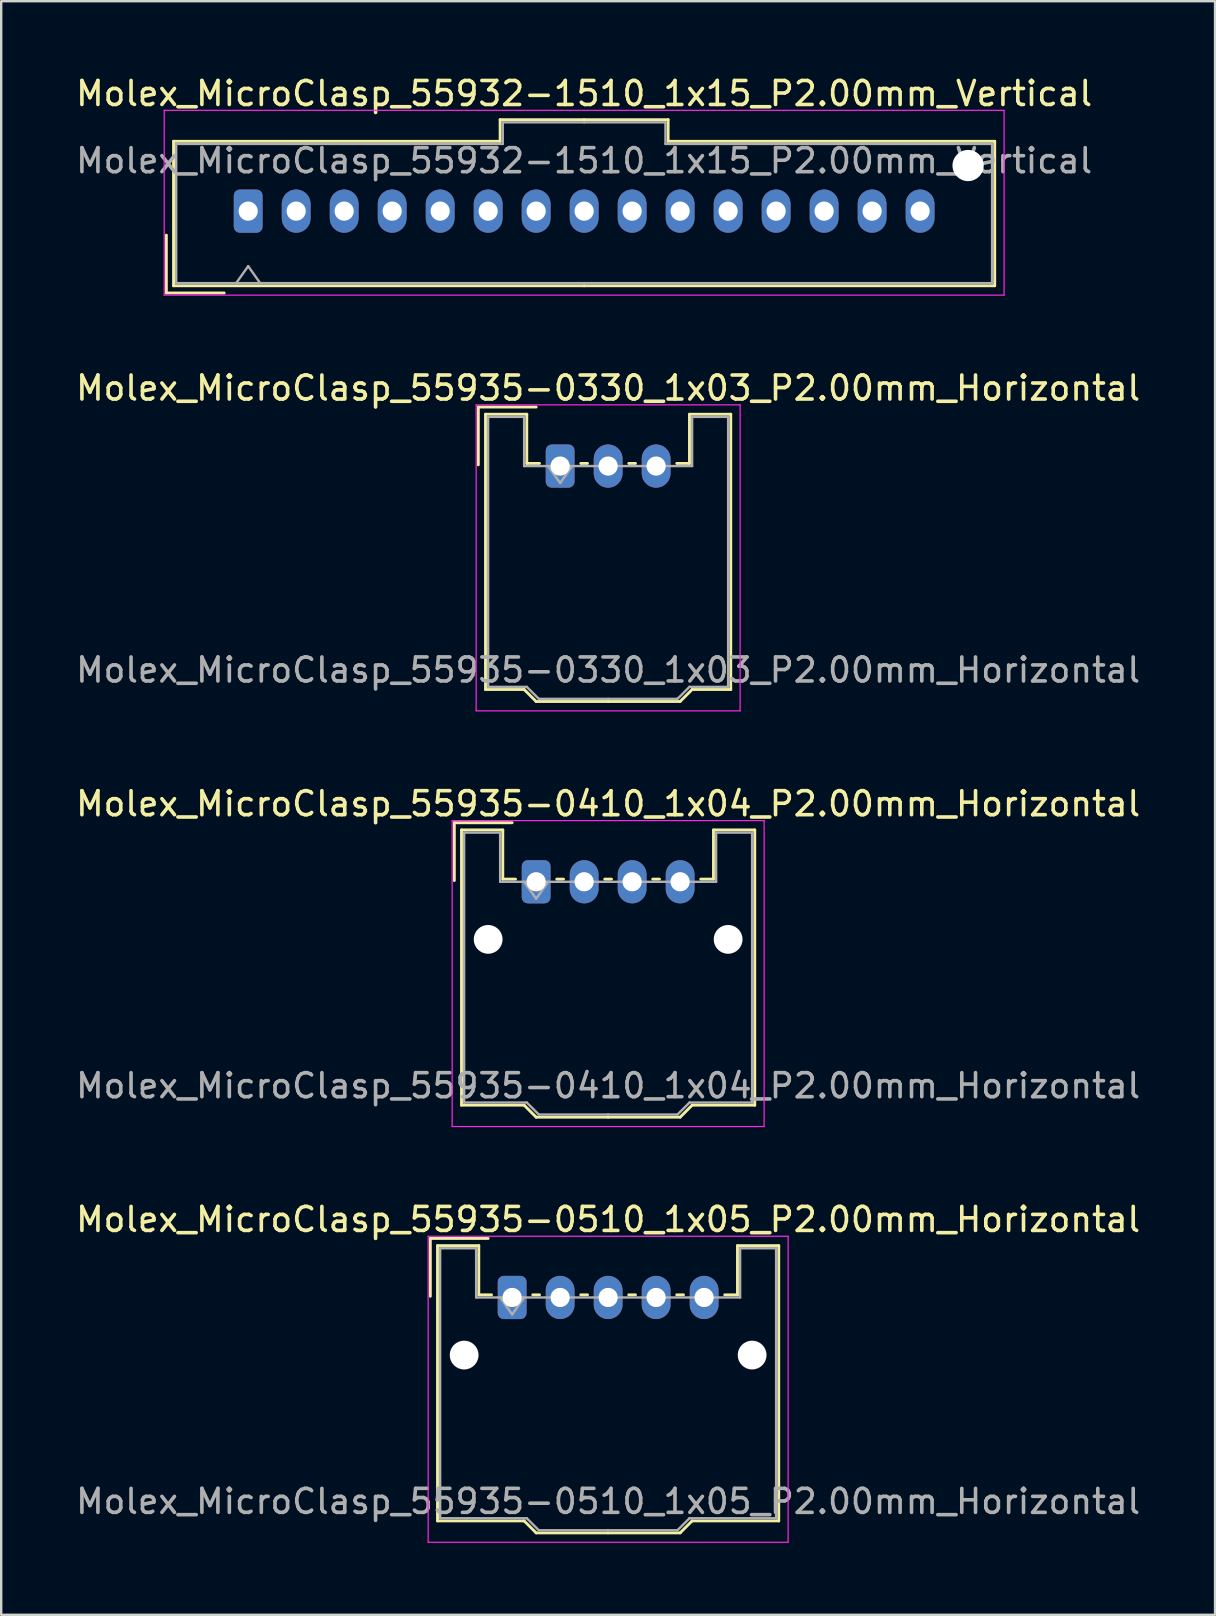
<source format=kicad_pcb>
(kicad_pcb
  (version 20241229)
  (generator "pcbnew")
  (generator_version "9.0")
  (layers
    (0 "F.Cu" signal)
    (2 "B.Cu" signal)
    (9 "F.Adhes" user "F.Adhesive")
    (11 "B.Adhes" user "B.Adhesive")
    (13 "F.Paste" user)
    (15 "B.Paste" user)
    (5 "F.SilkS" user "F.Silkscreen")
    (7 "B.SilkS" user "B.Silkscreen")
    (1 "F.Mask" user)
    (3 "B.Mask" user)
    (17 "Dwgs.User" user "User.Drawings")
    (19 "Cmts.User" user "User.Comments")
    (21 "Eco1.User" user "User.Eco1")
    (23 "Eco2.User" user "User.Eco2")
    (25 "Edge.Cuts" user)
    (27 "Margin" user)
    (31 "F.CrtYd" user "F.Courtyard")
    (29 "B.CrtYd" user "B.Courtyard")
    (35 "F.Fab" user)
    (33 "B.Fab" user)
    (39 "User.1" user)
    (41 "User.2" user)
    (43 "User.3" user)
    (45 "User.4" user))
  (footprint "Molex_MicroClasp_55935-0330_1x03_P2.00mm_Horizontal"
    (layer "F.Cu")
    (at 20.292 16.372)
    (property "Reference" "Molex_MicroClasp_55935-0330_1x03_P2.00mm_Horizontal" (at 2 -3.25 0) (layer "F.SilkS") (effects (font (size 1 1) (thickness 0.15))))
    (attr through_hole)
    (fp_line (start -3.41 -2.46) (end -1 -2.46) (stroke (width 0.12) (type solid)) (layer "F.SilkS"))
    (fp_line (start -3.41 -0.05) (end -3.41 -2.46) (stroke (width 0.12) (type solid)) (layer "F.SilkS"))
    (fp_line (start -3.11 -2.16) (end -1.39 -2.16) (stroke (width 0.12) (type solid)) (layer "F.SilkS"))
    (fp_line (start -3.11 9.31) (end -3.11 -2.16) (stroke (width 0.12) (type solid)) (layer "F.SilkS"))
    (fp_line (start -1.5 9.31) (end -3.11 9.31) (stroke (width 0.12) (type solid)) (layer "F.SilkS"))
    (fp_line (start -1.39 -2.16) (end -1.39 -0.11) (stroke (width 0.12) (type solid)) (layer "F.SilkS"))
    (fp_line (start -1.39 -0.11) (end -0.86 -0.11) (stroke (width 0.12) (type solid)) (layer "F.SilkS"))
    (fp_line (start -1 9.81) (end -1.5 9.31) (stroke (width 0.12) (type solid)) (layer "F.SilkS"))
    (fp_line (start 0.86 -0.11) (end 1.14 -0.11) (stroke (width 0.12) (type solid)) (layer "F.SilkS"))
    (fp_line (start 2 9.81) (end -1 9.81) (stroke (width 0.12) (type solid)) (layer "F.SilkS"))
    (fp_line (start 2 9.81) (end 5 9.81) (stroke (width 0.12) (type solid)) (layer "F.SilkS"))
    (fp_line (start 2.86 -0.11) (end 3.14 -0.11) (stroke (width 0.12) (type solid)) (layer "F.SilkS"))
    (fp_line (start 5 9.81) (end 5.5 9.31) (stroke (width 0.12) (type solid)) (layer "F.SilkS"))
    (fp_line (start 5.39 -2.16) (end 5.39 -0.11) (stroke (width 0.12) (type solid)) (layer "F.SilkS"))
    (fp_line (start 5.39 -0.11) (end 4.86 -0.11) (stroke (width 0.12) (type solid)) (layer "F.SilkS"))
    (fp_line (start 5.5 9.31) (end 7.11 9.31) (stroke (width 0.12) (type solid)) (layer "F.SilkS"))
    (fp_line (start 7.11 -2.16) (end 5.39 -2.16) (stroke (width 0.12) (type solid)) (layer "F.SilkS"))
    (fp_line (start 7.11 9.31) (end 7.11 -2.16) (stroke (width 0.12) (type solid)) (layer "F.SilkS"))
    (fp_line (start -3.5 -2.55) (end -3.5 10.2) (stroke (width 0.05) (type solid)) (layer "F.CrtYd"))
    (fp_line (start -3.5 10.2) (end 7.5 10.2) (stroke (width 0.05) (type solid)) (layer "F.CrtYd"))
    (fp_line (start 7.5 -2.55) (end -3.5 -2.55) (stroke (width 0.05) (type solid)) (layer "F.CrtYd"))
    (fp_line (start 7.5 10.2) (end 7.5 -2.55) (stroke (width 0.05) (type solid)) (layer "F.CrtYd"))
    (fp_line (start -3 -2.05) (end -1.5 -2.05) (stroke (width 0.1) (type solid)) (layer "F.Fab"))
    (fp_line (start -3 9.2) (end -3 -2.05) (stroke (width 0.1) (type solid)) (layer "F.Fab"))
    (fp_line (start -1.5 -2.05) (end -1.5 0) (stroke (width 0.1) (type solid)) (layer "F.Fab"))
    (fp_line (start -1.5 0) (end 2 0) (stroke (width 0.1) (type solid)) (layer "F.Fab"))
    (fp_line (start -1.39 9.2) (end -3 9.2) (stroke (width 0.1) (type solid)) (layer "F.Fab"))
    (fp_line (start -0.89 9.7) (end -1.39 9.2) (stroke (width 0.1) (type solid)) (layer "F.Fab"))
    (fp_line (start -0.5 0) (end 0 0.707) (stroke (width 0.1) (type solid)) (layer "F.Fab"))
    (fp_line (start 0 0.707) (end 0.5 0) (stroke (width 0.1) (type solid)) (layer "F.Fab"))
    (fp_line (start 2 9.7) (end -0.89 9.7) (stroke (width 0.1) (type solid)) (layer "F.Fab"))
    (fp_line (start 2 9.7) (end 4.89 9.7) (stroke (width 0.1) (type solid)) (layer "F.Fab"))
    (fp_line (start 4.89 9.7) (end 5.39 9.2) (stroke (width 0.1) (type solid)) (layer "F.Fab"))
    (fp_line (start 5.39 9.2) (end 7 9.2) (stroke (width 0.1) (type solid)) (layer "F.Fab"))
    (fp_line (start 5.5 -2.05) (end 5.5 0) (stroke (width 0.1) (type solid)) (layer "F.Fab"))
    (fp_line (start 5.5 0) (end 2 0) (stroke (width 0.1) (type solid)) (layer "F.Fab"))
    (fp_line (start 7 -2.05) (end 5.5 -2.05) (stroke (width 0.1) (type solid)) (layer "F.Fab"))
    (fp_line (start 7 9.2) (end 7 -2.05) (stroke (width 0.1) (type solid)) (layer "F.Fab"))
    (fp_text user "${REFERENCE}" (at 2 8.5 0) (layer "F.Fab") (effects (font (size 1 1) (thickness 0.15))))
    (pad "1" thru_hole roundrect (at 0 0) (size 1.2 1.8) (drill 0.8) (layers "*.Cu" "*.Mask") (roundrect_rratio 0.208))
    (pad "2" thru_hole oval (at 2 0) (size 1.2 1.8) (drill 0.8) (layers "*.Cu" "*.Mask"))
    (pad "3" thru_hole oval (at 4 0) (size 1.2 1.8) (drill 0.8) (layers "*.Cu" "*.Mask")))
  (footprint "Molex_MicroClasp_55932-1510_1x15_P2.00mm_Vertical"
    (layer "F.Cu")
    (at 7.292 5.748)
    (property "Reference" "Molex_MicroClasp_55932-1510_1x15_P2.00mm_Vertical" (at 14 -4.9 0) (layer "F.SilkS") (effects (font (size 1 1) (thickness 0.15))))
    (attr through_hole)
    (fp_line (start -3.41 1) (end -3.41 3.41) (stroke (width 0.12) (type solid)) (layer "F.SilkS"))
    (fp_line (start -3.41 3.41) (end -1 3.41) (stroke (width 0.12) (type solid)) (layer "F.SilkS"))
    (fp_line (start -3.11 -2.91) (end -3.11 3.11) (stroke (width 0.12) (type solid)) (layer "F.SilkS"))
    (fp_line (start -3.11 3.11) (end 14 3.11) (stroke (width 0.12) (type solid)) (layer "F.SilkS"))
    (fp_line (start 10.5 -3.81) (end 10.5 -2.91) (stroke (width 0.12) (type solid)) (layer "F.SilkS"))
    (fp_line (start 10.5 -2.91) (end -3.11 -2.91) (stroke (width 0.12) (type solid)) (layer "F.SilkS"))
    (fp_line (start 14 -3.81) (end 10.5 -3.81) (stroke (width 0.12) (type solid)) (layer "F.SilkS"))
    (fp_line (start 14 -3.81) (end 17.5 -3.81) (stroke (width 0.12) (type solid)) (layer "F.SilkS"))
    (fp_line (start 17.5 -3.81) (end 17.5 -2.91) (stroke (width 0.12) (type solid)) (layer "F.SilkS"))
    (fp_line (start 17.5 -2.91) (end 31.11 -2.91) (stroke (width 0.12) (type solid)) (layer "F.SilkS"))
    (fp_line (start 31.11 -2.91) (end 31.11 3.11) (stroke (width 0.12) (type solid)) (layer "F.SilkS"))
    (fp_line (start 31.11 3.11) (end 14 3.11) (stroke (width 0.12) (type solid)) (layer "F.SilkS"))
    (fp_line (start -3.5 -4.2) (end -3.5 3.5) (stroke (width 0.05) (type solid)) (layer "F.CrtYd"))
    (fp_line (start -3.5 3.5) (end 31.5 3.5) (stroke (width 0.05) (type solid)) (layer "F.CrtYd"))
    (fp_line (start 31.5 -4.2) (end -3.5 -4.2) (stroke (width 0.05) (type solid)) (layer "F.CrtYd"))
    (fp_line (start 31.5 3.5) (end 31.5 -4.2) (stroke (width 0.05) (type solid)) (layer "F.CrtYd"))
    (fp_line (start -3 -2.8) (end -3 3) (stroke (width 0.1) (type solid)) (layer "F.Fab"))
    (fp_line (start -3 3) (end 14 3) (stroke (width 0.1) (type solid)) (layer "F.Fab"))
    (fp_line (start -0.5 3) (end 0 2.293) (stroke (width 0.1) (type solid)) (layer "F.Fab"))
    (fp_line (start 0 2.293) (end 0.5 3) (stroke (width 0.1) (type solid)) (layer "F.Fab"))
    (fp_line (start 10.61 -3.7) (end 10.61 -2.8) (stroke (width 0.1) (type solid)) (layer "F.Fab"))
    (fp_line (start 10.61 -2.8) (end -3 -2.8) (stroke (width 0.1) (type solid)) (layer "F.Fab"))
    (fp_line (start 14 -3.7) (end 10.61 -3.7) (stroke (width 0.1) (type solid)) (layer "F.Fab"))
    (fp_line (start 14 -3.7) (end 17.39 -3.7) (stroke (width 0.1) (type solid)) (layer "F.Fab"))
    (fp_line (start 17.39 -3.7) (end 17.39 -2.8) (stroke (width 0.1) (type solid)) (layer "F.Fab"))
    (fp_line (start 17.39 -2.8) (end 31 -2.8) (stroke (width 0.1) (type solid)) (layer "F.Fab"))
    (fp_line (start 31 -2.8) (end 31 3) (stroke (width 0.1) (type solid)) (layer "F.Fab"))
    (fp_line (start 31 3) (end 14 3) (stroke (width 0.1) (type solid)) (layer "F.Fab"))
    (fp_text user "${REFERENCE}" (at 14 -2.1 0) (layer "F.Fab") (effects (font (size 1 1) (thickness 0.15))))
    (pad "" np_thru_hole circle (at 30 -1.9) (size 1.3 1.3) (drill 1.3) (layers "*.Cu" "*.Mask"))
    (pad "1" thru_hole roundrect (at 0 0) (size 1.2 1.8) (drill 0.8) (layers "*.Cu" "*.Mask") (roundrect_rratio 0.208))
    (pad "2" thru_hole oval (at 2 0) (size 1.2 1.8) (drill 0.8) (layers "*.Cu" "*.Mask"))
    (pad "3" thru_hole oval (at 4 0) (size 1.2 1.8) (drill 0.8) (layers "*.Cu" "*.Mask"))
    (pad "4" thru_hole oval (at 6 0) (size 1.2 1.8) (drill 0.8) (layers "*.Cu" "*.Mask"))
    (pad "5" thru_hole oval (at 8 0) (size 1.2 1.8) (drill 0.8) (layers "*.Cu" "*.Mask"))
    (pad "6" thru_hole oval (at 10 0) (size 1.2 1.8) (drill 0.8) (layers "*.Cu" "*.Mask"))
    (pad "7" thru_hole oval (at 12 0) (size 1.2 1.8) (drill 0.8) (layers "*.Cu" "*.Mask"))
    (pad "8" thru_hole oval (at 14 0) (size 1.2 1.8) (drill 0.8) (layers "*.Cu" "*.Mask"))
    (pad "9" thru_hole oval (at 16 0) (size 1.2 1.8) (drill 0.8) (layers "*.Cu" "*.Mask"))
    (pad "10" thru_hole oval (at 18 0) (size 1.2 1.8) (drill 0.8) (layers "*.Cu" "*.Mask"))
    (pad "11" thru_hole oval (at 20 0) (size 1.2 1.8) (drill 0.8) (layers "*.Cu" "*.Mask"))
    (pad "12" thru_hole oval (at 22 0) (size 1.2 1.8) (drill 0.8) (layers "*.Cu" "*.Mask"))
    (pad "13" thru_hole oval (at 24 0) (size 1.2 1.8) (drill 0.8) (layers "*.Cu" "*.Mask"))
    (pad "14" thru_hole oval (at 26 0) (size 1.2 1.8) (drill 0.8) (layers "*.Cu" "*.Mask"))
    (pad "15" thru_hole oval (at 28 0) (size 1.2 1.8) (drill 0.8) (layers "*.Cu" "*.Mask")))
  (footprint "Molex_MicroClasp_55935-0410_1x04_P2.00mm_Horizontal"
    (layer "F.Cu")
    (at 19.292 33.695)
    (property "Reference" "Molex_MicroClasp_55935-0410_1x04_P2.00mm_Horizontal" (at 3 -3.25 0) (layer "F.SilkS") (effects (font (size 1 1) (thickness 0.15))))
    (attr through_hole)
    (fp_line (start -3.41 -2.46) (end -1 -2.46) (stroke (width 0.12) (type solid)) (layer "F.SilkS"))
    (fp_line (start -3.41 -0.05) (end -3.41 -2.46) (stroke (width 0.12) (type solid)) (layer "F.SilkS"))
    (fp_line (start -3.11 -2.16) (end -1.39 -2.16) (stroke (width 0.12) (type solid)) (layer "F.SilkS"))
    (fp_line (start -3.11 9.31) (end -3.11 -2.16) (stroke (width 0.12) (type solid)) (layer "F.SilkS"))
    (fp_line (start -1.39 -2.16) (end -1.39 -0.11) (stroke (width 0.12) (type solid)) (layer "F.SilkS"))
    (fp_line (start -1.39 -0.11) (end -0.86 -0.11) (stroke (width 0.12) (type solid)) (layer "F.SilkS"))
    (fp_line (start -0.5 9.31) (end -3.11 9.31) (stroke (width 0.12) (type solid)) (layer "F.SilkS"))
    (fp_line (start 0 9.81) (end -0.5 9.31) (stroke (width 0.12) (type solid)) (layer "F.SilkS"))
    (fp_line (start 0.86 -0.11) (end 1.14 -0.11) (stroke (width 0.12) (type solid)) (layer "F.SilkS"))
    (fp_line (start 2.86 -0.11) (end 3.14 -0.11) (stroke (width 0.12) (type solid)) (layer "F.SilkS"))
    (fp_line (start 3 9.81) (end 0 9.81) (stroke (width 0.12) (type solid)) (layer "F.SilkS"))
    (fp_line (start 3 9.81) (end 6 9.81) (stroke (width 0.12) (type solid)) (layer "F.SilkS"))
    (fp_line (start 4.86 -0.11) (end 5.14 -0.11) (stroke (width 0.12) (type solid)) (layer "F.SilkS"))
    (fp_line (start 6 9.81) (end 6.5 9.31) (stroke (width 0.12) (type solid)) (layer "F.SilkS"))
    (fp_line (start 6.5 9.31) (end 9.11 9.31) (stroke (width 0.12) (type solid)) (layer "F.SilkS"))
    (fp_line (start 7.39 -2.16) (end 7.39 -0.11) (stroke (width 0.12) (type solid)) (layer "F.SilkS"))
    (fp_line (start 7.39 -0.11) (end 6.86 -0.11) (stroke (width 0.12) (type solid)) (layer "F.SilkS"))
    (fp_line (start 9.11 -2.16) (end 7.39 -2.16) (stroke (width 0.12) (type solid)) (layer "F.SilkS"))
    (fp_line (start 9.11 9.31) (end 9.11 -2.16) (stroke (width 0.12) (type solid)) (layer "F.SilkS"))
    (fp_line (start -3.5 -2.55) (end -3.5 10.2) (stroke (width 0.05) (type solid)) (layer "F.CrtYd"))
    (fp_line (start -3.5 10.2) (end 9.5 10.2) (stroke (width 0.05) (type solid)) (layer "F.CrtYd"))
    (fp_line (start 9.5 -2.55) (end -3.5 -2.55) (stroke (width 0.05) (type solid)) (layer "F.CrtYd"))
    (fp_line (start 9.5 10.2) (end 9.5 -2.55) (stroke (width 0.05) (type solid)) (layer "F.CrtYd"))
    (fp_line (start -3 -2.05) (end -1.5 -2.05) (stroke (width 0.1) (type solid)) (layer "F.Fab"))
    (fp_line (start -3 9.2) (end -3 -2.05) (stroke (width 0.1) (type solid)) (layer "F.Fab"))
    (fp_line (start -1.5 -2.05) (end -1.5 0) (stroke (width 0.1) (type solid)) (layer "F.Fab"))
    (fp_line (start -1.5 0) (end 3 0) (stroke (width 0.1) (type solid)) (layer "F.Fab"))
    (fp_line (start -0.5 0) (end 0 0.707) (stroke (width 0.1) (type solid)) (layer "F.Fab"))
    (fp_line (start -0.39 9.2) (end -3 9.2) (stroke (width 0.1) (type solid)) (layer "F.Fab"))
    (fp_line (start 0 0.707) (end 0.5 0) (stroke (width 0.1) (type solid)) (layer "F.Fab"))
    (fp_line (start 0.11 9.7) (end -0.39 9.2) (stroke (width 0.1) (type solid)) (layer "F.Fab"))
    (fp_line (start 3 9.7) (end 0.11 9.7) (stroke (width 0.1) (type solid)) (layer "F.Fab"))
    (fp_line (start 3 9.7) (end 5.89 9.7) (stroke (width 0.1) (type solid)) (layer "F.Fab"))
    (fp_line (start 5.89 9.7) (end 6.39 9.2) (stroke (width 0.1) (type solid)) (layer "F.Fab"))
    (fp_line (start 6.39 9.2) (end 9 9.2) (stroke (width 0.1) (type solid)) (layer "F.Fab"))
    (fp_line (start 7.5 -2.05) (end 7.5 0) (stroke (width 0.1) (type solid)) (layer "F.Fab"))
    (fp_line (start 7.5 0) (end 3 0) (stroke (width 0.1) (type solid)) (layer "F.Fab"))
    (fp_line (start 9 -2.05) (end 7.5 -2.05) (stroke (width 0.1) (type solid)) (layer "F.Fab"))
    (fp_line (start 9 9.2) (end 9 -2.05) (stroke (width 0.1) (type solid)) (layer "F.Fab"))
    (fp_text user "${REFERENCE}" (at 3 8.5 0) (layer "F.Fab") (effects (font (size 1 1) (thickness 0.15))))
    (pad "" np_thru_hole circle (at -2 2.4) (size 1.2 1.2) (drill 1.2) (layers "*.Cu" "*.Mask"))
    (pad "" np_thru_hole circle (at 8 2.4) (size 1.2 1.2) (drill 1.2) (layers "*.Cu" "*.Mask"))
    (pad "1" thru_hole roundrect (at 0 0) (size 1.2 1.8) (drill 0.8) (layers "*.Cu" "*.Mask") (roundrect_rratio 0.208))
    (pad "2" thru_hole oval (at 2 0) (size 1.2 1.8) (drill 0.8) (layers "*.Cu" "*.Mask"))
    (pad "3" thru_hole oval (at 4 0) (size 1.2 1.8) (drill 0.8) (layers "*.Cu" "*.Mask"))
    (pad "4" thru_hole oval (at 6 0) (size 1.2 1.8) (drill 0.8) (layers "*.Cu" "*.Mask")))
  (footprint "Molex_MicroClasp_55935-0510_1x05_P2.00mm_Horizontal"
    (layer "F.Cu")
    (at 18.292 51.018)
    (property "Reference" "Molex_MicroClasp_55935-0510_1x05_P2.00mm_Horizontal" (at 4 -3.25 0) (layer "F.SilkS") (effects (font (size 1 1) (thickness 0.15))))
    (attr through_hole)
    (fp_line (start -3.41 -2.46) (end -1 -2.46) (stroke (width 0.12) (type solid)) (layer "F.SilkS"))
    (fp_line (start -3.41 -0.05) (end -3.41 -2.46) (stroke (width 0.12) (type solid)) (layer "F.SilkS"))
    (fp_line (start -3.11 -2.16) (end -1.39 -2.16) (stroke (width 0.12) (type solid)) (layer "F.SilkS"))
    (fp_line (start -3.11 9.31) (end -3.11 -2.16) (stroke (width 0.12) (type solid)) (layer "F.SilkS"))
    (fp_line (start -1.39 -2.16) (end -1.39 -0.11) (stroke (width 0.12) (type solid)) (layer "F.SilkS"))
    (fp_line (start -1.39 -0.11) (end -0.86 -0.11) (stroke (width 0.12) (type solid)) (layer "F.SilkS"))
    (fp_line (start 0.5 9.31) (end -3.11 9.31) (stroke (width 0.12) (type solid)) (layer "F.SilkS"))
    (fp_line (start 0.86 -0.11) (end 1.14 -0.11) (stroke (width 0.12) (type solid)) (layer "F.SilkS"))
    (fp_line (start 1 9.81) (end 0.5 9.31) (stroke (width 0.12) (type solid)) (layer "F.SilkS"))
    (fp_line (start 2.86 -0.11) (end 3.14 -0.11) (stroke (width 0.12) (type solid)) (layer "F.SilkS"))
    (fp_line (start 4 9.81) (end 1 9.81) (stroke (width 0.12) (type solid)) (layer "F.SilkS"))
    (fp_line (start 4 9.81) (end 7 9.81) (stroke (width 0.12) (type solid)) (layer "F.SilkS"))
    (fp_line (start 4.86 -0.11) (end 5.14 -0.11) (stroke (width 0.12) (type solid)) (layer "F.SilkS"))
    (fp_line (start 6.86 -0.11) (end 7.14 -0.11) (stroke (width 0.12) (type solid)) (layer "F.SilkS"))
    (fp_line (start 7 9.81) (end 7.5 9.31) (stroke (width 0.12) (type solid)) (layer "F.SilkS"))
    (fp_line (start 7.5 9.31) (end 11.11 9.31) (stroke (width 0.12) (type solid)) (layer "F.SilkS"))
    (fp_line (start 9.39 -2.16) (end 9.39 -0.11) (stroke (width 0.12) (type solid)) (layer "F.SilkS"))
    (fp_line (start 9.39 -0.11) (end 8.86 -0.11) (stroke (width 0.12) (type solid)) (layer "F.SilkS"))
    (fp_line (start 11.11 -2.16) (end 9.39 -2.16) (stroke (width 0.12) (type solid)) (layer "F.SilkS"))
    (fp_line (start 11.11 9.31) (end 11.11 -2.16) (stroke (width 0.12) (type solid)) (layer "F.SilkS"))
    (fp_line (start -3.5 -2.55) (end -3.5 10.2) (stroke (width 0.05) (type solid)) (layer "F.CrtYd"))
    (fp_line (start -3.5 10.2) (end 11.5 10.2) (stroke (width 0.05) (type solid)) (layer "F.CrtYd"))
    (fp_line (start 11.5 -2.55) (end -3.5 -2.55) (stroke (width 0.05) (type solid)) (layer "F.CrtYd"))
    (fp_line (start 11.5 10.2) (end 11.5 -2.55) (stroke (width 0.05) (type solid)) (layer "F.CrtYd"))
    (fp_line (start -3 -2.05) (end -1.5 -2.05) (stroke (width 0.1) (type solid)) (layer "F.Fab"))
    (fp_line (start -3 9.2) (end -3 -2.05) (stroke (width 0.1) (type solid)) (layer "F.Fab"))
    (fp_line (start -1.5 -2.05) (end -1.5 0) (stroke (width 0.1) (type solid)) (layer "F.Fab"))
    (fp_line (start -1.5 0) (end 4 0) (stroke (width 0.1) (type solid)) (layer "F.Fab"))
    (fp_line (start -0.5 0) (end 0 0.707) (stroke (width 0.1) (type solid)) (layer "F.Fab"))
    (fp_line (start 0 0.707) (end 0.5 0) (stroke (width 0.1) (type solid)) (layer "F.Fab"))
    (fp_line (start 0.61 9.2) (end -3 9.2) (stroke (width 0.1) (type solid)) (layer "F.Fab"))
    (fp_line (start 1.11 9.7) (end 0.61 9.2) (stroke (width 0.1) (type solid)) (layer "F.Fab"))
    (fp_line (start 4 9.7) (end 1.11 9.7) (stroke (width 0.1) (type solid)) (layer "F.Fab"))
    (fp_line (start 4 9.7) (end 6.89 9.7) (stroke (width 0.1) (type solid)) (layer "F.Fab"))
    (fp_line (start 6.89 9.7) (end 7.39 9.2) (stroke (width 0.1) (type solid)) (layer "F.Fab"))
    (fp_line (start 7.39 9.2) (end 11 9.2) (stroke (width 0.1) (type solid)) (layer "F.Fab"))
    (fp_line (start 9.5 -2.05) (end 9.5 0) (stroke (width 0.1) (type solid)) (layer "F.Fab"))
    (fp_line (start 9.5 0) (end 4 0) (stroke (width 0.1) (type solid)) (layer "F.Fab"))
    (fp_line (start 11 -2.05) (end 9.5 -2.05) (stroke (width 0.1) (type solid)) (layer "F.Fab"))
    (fp_line (start 11 9.2) (end 11 -2.05) (stroke (width 0.1) (type solid)) (layer "F.Fab"))
    (fp_text user "${REFERENCE}" (at 4 8.5 0) (layer "F.Fab") (effects (font (size 1 1) (thickness 0.15))))
    (pad "" np_thru_hole circle (at -2 2.4) (size 1.2 1.2) (drill 1.2) (layers "*.Cu" "*.Mask"))
    (pad "" np_thru_hole circle (at 10 2.4) (size 1.2 1.2) (drill 1.2) (layers "*.Cu" "*.Mask"))
    (pad "1" thru_hole roundrect (at 0 0) (size 1.2 1.8) (drill 0.8) (layers "*.Cu" "*.Mask") (roundrect_rratio 0.208))
    (pad "2" thru_hole oval (at 2 0) (size 1.2 1.8) (drill 0.8) (layers "*.Cu" "*.Mask"))
    (pad "3" thru_hole oval (at 4 0) (size 1.2 1.8) (drill 0.8) (layers "*.Cu" "*.Mask"))
    (pad "4" thru_hole oval (at 6 0) (size 1.2 1.8) (drill 0.8) (layers "*.Cu" "*.Mask"))
    (pad "5" thru_hole oval (at 8 0) (size 1.2 1.8) (drill 0.8) (layers "*.Cu" "*.Mask")))
  (gr_rect
    (start -3 -3)
    (end 47.583 64.243)
    (stroke (width 0.1) (type default))
    (fill no)
    (layer "Edge.Cuts")))
</source>
